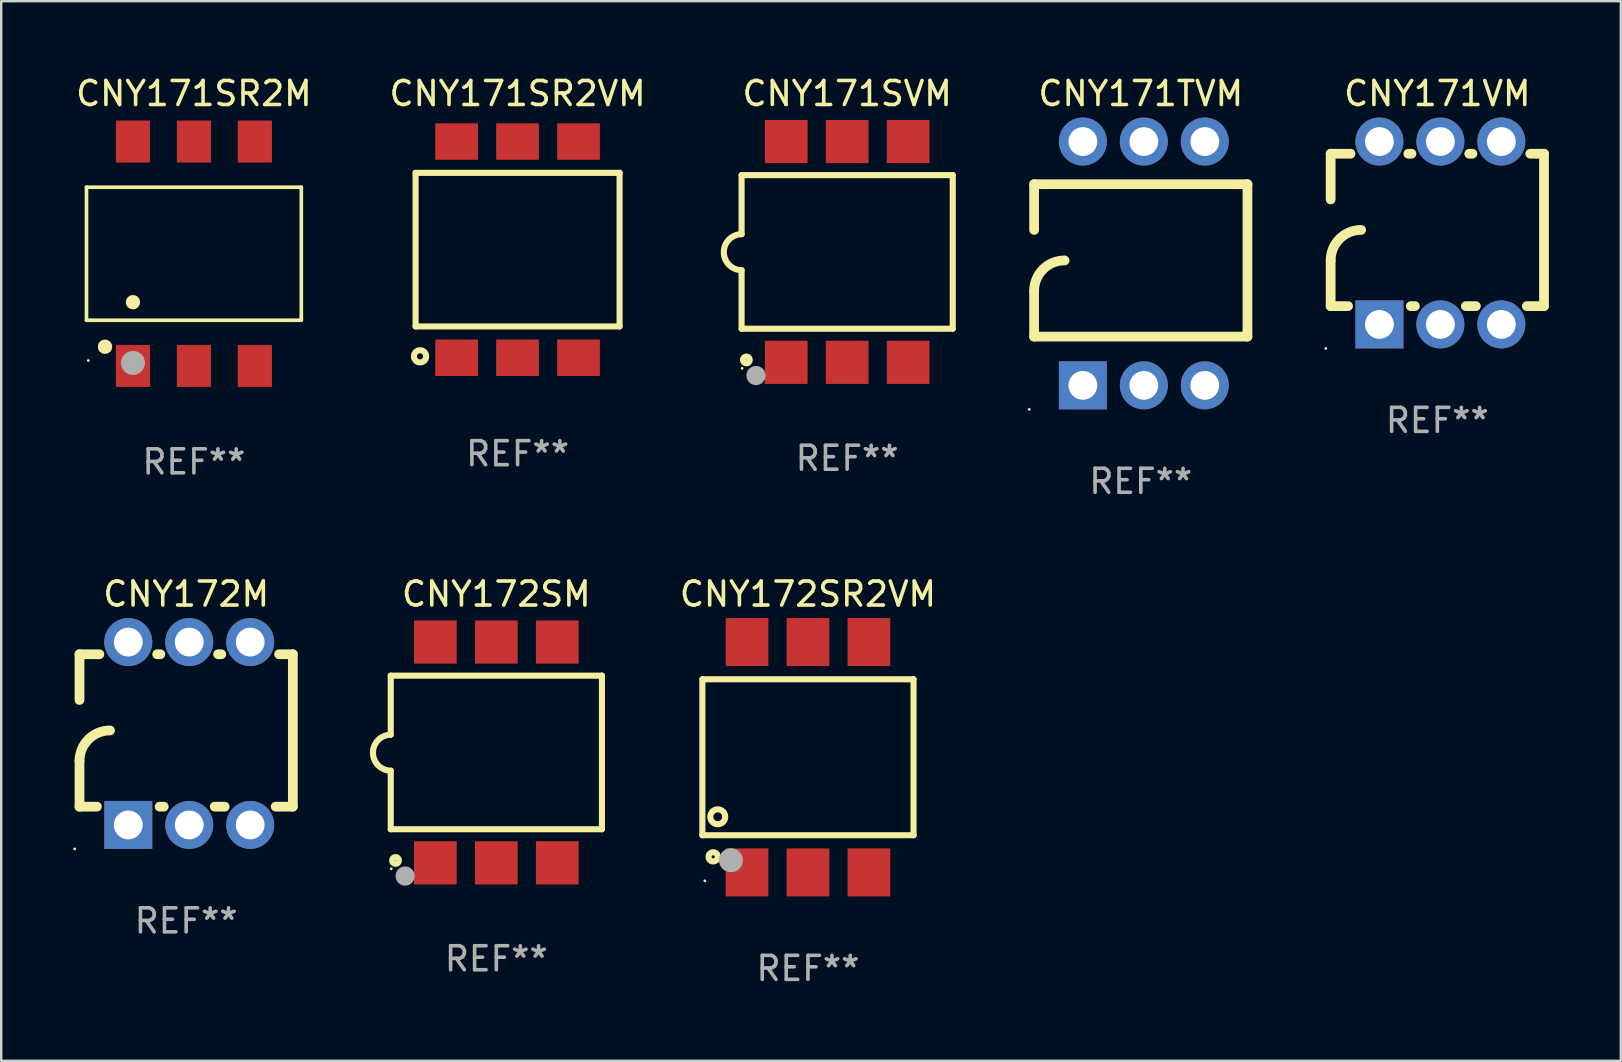
<source format=kicad_pcb>
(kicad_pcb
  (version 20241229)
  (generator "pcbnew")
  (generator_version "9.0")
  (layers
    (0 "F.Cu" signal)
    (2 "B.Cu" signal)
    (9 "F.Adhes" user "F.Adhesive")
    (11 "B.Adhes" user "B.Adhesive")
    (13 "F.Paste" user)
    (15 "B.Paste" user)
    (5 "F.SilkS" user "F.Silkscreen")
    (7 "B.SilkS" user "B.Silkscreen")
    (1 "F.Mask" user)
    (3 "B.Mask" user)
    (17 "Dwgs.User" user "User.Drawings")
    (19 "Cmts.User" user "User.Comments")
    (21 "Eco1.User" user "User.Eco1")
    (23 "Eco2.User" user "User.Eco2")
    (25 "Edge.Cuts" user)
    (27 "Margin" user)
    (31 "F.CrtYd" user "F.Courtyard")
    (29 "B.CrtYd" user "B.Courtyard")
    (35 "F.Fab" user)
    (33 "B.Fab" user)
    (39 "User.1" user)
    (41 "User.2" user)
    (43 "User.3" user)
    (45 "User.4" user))
  (footprint "CNY171SR2VM"
    (layer "F.Cu")
    (at 18.518 7.353)
    (property "Reference" "CNY171SR2VM" (at 0 -6.505 0) (layer "F.SilkS") (effects (font (size 1 1) (thickness 0.15))))
    (attr through_hole)
    (fp_line (start -4.25 3.2) (end -4.25 -3.2) (stroke (width 0.254) (type solid)) (layer "F.SilkS"))
    (fp_line (start -4.25 -3.2) (end 4.25 -3.2) (stroke (width 0.254) (type solid)) (layer "F.SilkS"))
    (fp_line (start 4.25 3.2) (end -4.25 3.2) (stroke (width 0.254) (type solid)) (layer "F.SilkS"))
    (fp_line (start 4.25 3.2) (end 4.25 -3.2) (stroke (width 0.254) (type solid)) (layer "F.SilkS"))
    (fp_circle (center -4.064 4.445) (end -3.81 4.445) (stroke (width 0.254) (type solid)) (fill no) (layer "F.SilkS"))
    (fp_text user "REF**" (at 0 8.505 0) (layer "F.Fab") (effects (font (size 1 1) (thickness 0.15))))
    (pad "1" smd rect (at -2.54 4.505) (size 1.78 1.52) (layers "F.Cu" "F.Mask" "F.Paste"))
    (pad "2" smd rect (at 0 4.505) (size 1.78 1.52) (layers "F.Cu" "F.Mask" "F.Paste"))
    (pad "3" smd rect (at 2.54 4.505) (size 1.78 1.52) (layers "F.Cu" "F.Mask" "F.Paste"))
    (pad "4" smd rect (at 2.54 -4.505) (size 1.78 1.52) (layers "F.Cu" "F.Mask" "F.Paste"))
    (pad "5" smd rect (at 0 -4.505) (size 1.78 1.52) (layers "F.Cu" "F.Mask" "F.Paste"))
    (pad "6" smd rect (at -2.54 -4.505) (size 1.78 1.52) (layers "F.Cu" "F.Mask" "F.Paste")))
  (footprint "CNY171SVM"
    (layer "F.Cu")
    (at 32.252 7.448)
    (property "Reference" "CNY171SVM" (at 0 -6.6 0) (layer "F.SilkS") (effects (font (size 1 1) (thickness 0.15))))
    (attr through_hole)
    (fp_line (start -4.4 -3.2) (end 4.4 -3.2) (stroke (width 0.254) (type solid)) (layer "F.SilkS"))
    (fp_line (start -4.4 -0.74) (end -4.4 -3.2) (stroke (width 0.254) (type solid)) (layer "F.SilkS"))
    (fp_line (start -4.4 3.2) (end -4.4 0.76) (stroke (width 0.254) (type solid)) (layer "F.SilkS"))
    (fp_line (start 4.4 -3.2) (end 4.4 3.2) (stroke (width 0.254) (type solid)) (layer "F.SilkS"))
    (fp_line (start 4.4 3.2) (end -4.4 3.2) (stroke (width 0.254) (type solid)) (layer "F.SilkS"))
    (fp_arc (start -4.4 0.76002) (mid -5.148869 0.010084) (end -4.399289 -0.73914) (stroke (width 0.254001) (type solid)) (layer "F.SilkS"))
    (fp_circle (center -4.377 4.85) (end -4.347 4.85) (stroke (width 0.06) (type solid)) (fill no) (layer "F.SilkS"))
    (fp_circle (center -4.2 4.5) (end -4.058 4.5) (stroke (width 0.254) (type solid)) (fill no) (layer "F.SilkS"))
    (fp_circle (center -3.8 5.15) (end -3.6 5.15) (stroke (width 0.4) (type solid)) (fill no) (layer "F.Fab"))
    (fp_text user "REF**" (at 0 8.6 0) (layer "F.Fab") (effects (font (size 1 1) (thickness 0.15))))
    (pad "1" smd rect (at -2.54 4.6) (size 1.78 1.8) (layers "F.Cu" "F.Mask" "F.Paste"))
    (pad "2" smd rect (at 0 4.6) (size 1.78 1.8) (layers "F.Cu" "F.Mask" "F.Paste"))
    (pad "3" smd rect (at 2.54 4.6) (size 1.78 1.8) (layers "F.Cu" "F.Mask" "F.Paste"))
    (pad "4" smd rect (at 2.54 -4.6) (size 1.78 1.8) (layers "F.Cu" "F.Mask" "F.Paste"))
    (pad "5" smd rect (at 0 -4.6) (size 1.78 1.8) (layers "F.Cu" "F.Mask" "F.Paste"))
    (pad "6" smd rect (at -2.54 -4.6) (size 1.78 1.8) (layers "F.Cu" "F.Mask" "F.Paste")))
  (footprint "CNY171TVM"
    (layer "F.Cu")
    (at 44.487 7.928)
    (property "Reference" "CNY171TVM" (at 0 -7.08 0) (layer "F.SilkS") (effects (font (size 1 1) (thickness 0.15))))
    (attr through_hole)
    (fp_line (start -4.445 -3.302) (end 4.445 -3.302) (stroke (width 0.406) (type solid)) (layer "F.SilkS"))
    (fp_line (start -4.445 -1.397) (end -4.445 -3.302) (stroke (width 0.406) (type solid)) (layer "F.SilkS"))
    (fp_line (start -4.445 3.048) (end -4.445 1.143) (stroke (width 0.406) (type solid)) (layer "F.SilkS"))
    (fp_line (start -4.445 3.048) (end 4.445 3.048) (stroke (width 0.406) (type solid)) (layer "F.SilkS"))
    (fp_line (start 4.445 -3.302) (end 4.445 3.048) (stroke (width 0.406) (type solid)) (layer "F.SilkS"))
    (fp_arc (start -4.444983 1.143002) (mid -4.073008 0.244974) (end -3.17498 -0.127) (stroke (width 0.4064) (type solid)) (layer "F.SilkS"))
    (fp_circle (center -4.648 6.08) (end -4.618 6.08) (stroke (width 0.06) (type solid)) (fill no) (layer "F.SilkS"))
    (fp_text user "REF**" (at 0 9.08 0) (layer "F.Fab") (effects (font (size 1 1) (thickness 0.15))))
    (pad "1" thru_hole rect (at -2.413 5.08 90) (size 2 2) (drill 1.2) (layers "*.Cu" "*.Mask"))
    (pad "2" thru_hole circle (at 0.127 5.08) (size 2 2) (drill 1.2) (layers "*.Cu" "*.Mask"))
    (pad "3" thru_hole circle (at 2.667 5.08) (size 2 2) (drill 1.2) (layers "*.Cu" "*.Mask"))
    (pad "4" thru_hole circle (at 2.667 -5.08) (size 2 2) (drill 1.2) (layers "*.Cu" "*.Mask"))
    (pad "5" thru_hole circle (at 0.127 -5.08) (size 2 2) (drill 1.2) (layers "*.Cu" "*.Mask"))
    (pad "6" thru_hole circle (at -2.413 -5.08) (size 2 2) (drill 1.2) (layers "*.Cu" "*.Mask")))
  (footprint "CNY171VM"
    (layer "F.Cu")
    (at 56.844 6.658)
    (property "Reference" "CNY171VM" (at 0 -5.81 0) (layer "F.SilkS") (effects (font (size 1 1) (thickness 0.15))))
    (attr through_hole)
    (fp_line (start -4.445 -1.397) (end -4.445 -3.302) (stroke (width 0.406) (type solid)) (layer "F.SilkS"))
    (fp_line (start -4.445 3.048) (end -4.445 1.143) (stroke (width 0.406) (type solid)) (layer "F.SilkS"))
    (fp_line (start -4.445 3.048) (end -3.72 3.048) (stroke (width 0.406) (type solid)) (layer "F.SilkS"))
    (fp_line (start -3.617 -3.302) (end -4.445 -3.302) (stroke (width 0.406) (type solid)) (layer "F.SilkS"))
    (fp_line (start -1.106 3.048) (end -0.935 3.048) (stroke (width 0.406) (type solid)) (layer "F.SilkS"))
    (fp_line (start -1.077 -3.302) (end -1.209 -3.302) (stroke (width 0.406) (type solid)) (layer "F.SilkS"))
    (fp_line (start 1.189 3.048) (end 1.605 3.048) (stroke (width 0.406) (type solid)) (layer "F.SilkS"))
    (fp_line (start 1.463 -3.302) (end 1.331 -3.302) (stroke (width 0.406) (type solid)) (layer "F.SilkS"))
    (fp_line (start 3.729 3.048) (end 4.445 3.048) (stroke (width 0.406) (type solid)) (layer "F.SilkS"))
    (fp_line (start 4.445 -3.302) (end 3.871 -3.302) (stroke (width 0.406) (type solid)) (layer "F.SilkS"))
    (fp_line (start 4.445 -3.302) (end 4.445 3.048) (stroke (width 0.406) (type solid)) (layer "F.SilkS"))
    (fp_arc (start -4.444983 1.143002) (mid -4.073008 0.244974) (end -3.17498 -0.127) (stroke (width 0.4064) (type solid)) (layer "F.SilkS"))
    (fp_circle (center -4.648 4.81) (end -4.618 4.81) (stroke (width 0.06) (type solid)) (fill no) (layer "F.SilkS"))
    (fp_text user "REF**" (at 0 7.81 0) (layer "F.Fab") (effects (font (size 1 1) (thickness 0.15))))
    (pad "1" thru_hole rect (at -2.413 3.81 90) (size 2 2) (drill 1.2) (layers "*.Cu" "*.Mask"))
    (pad "2" thru_hole circle (at 0.127 3.81) (size 2 2) (drill 1.2) (layers "*.Cu" "*.Mask"))
    (pad "3" thru_hole circle (at 2.667 3.81) (size 2 2) (drill 1.2) (layers "*.Cu" "*.Mask"))
    (pad "4" thru_hole circle (at 2.667 -3.81) (size 2 2) (drill 1.2) (layers "*.Cu" "*.Mask"))
    (pad "5" thru_hole circle (at 0.127 -3.81) (size 2 2) (drill 1.2) (layers "*.Cu" "*.Mask"))
    (pad "6" thru_hole circle (at -2.413 -3.81) (size 2 2) (drill 1.2) (layers "*.Cu" "*.Mask")))
  (footprint "CNY172M"
    (layer "F.Cu")
    (at 4.708 27.515)
    (property "Reference" "CNY172M" (at 0 -5.81 0) (layer "F.SilkS") (effects (font (size 1 1) (thickness 0.15))))
    (attr through_hole)
    (fp_line (start -4.445 -1.397) (end -4.445 -3.302) (stroke (width 0.406) (type solid)) (layer "F.SilkS"))
    (fp_line (start -4.445 3.048) (end -4.445 1.143) (stroke (width 0.406) (type solid)) (layer "F.SilkS"))
    (fp_line (start -4.445 3.048) (end -3.72 3.048) (stroke (width 0.406) (type solid)) (layer "F.SilkS"))
    (fp_line (start -3.617 -3.302) (end -4.445 -3.302) (stroke (width 0.406) (type solid)) (layer "F.SilkS"))
    (fp_line (start -1.106 3.048) (end -0.935 3.048) (stroke (width 0.406) (type solid)) (layer "F.SilkS"))
    (fp_line (start -1.077 -3.302) (end -1.209 -3.302) (stroke (width 0.406) (type solid)) (layer "F.SilkS"))
    (fp_line (start 1.189 3.048) (end 1.605 3.048) (stroke (width 0.406) (type solid)) (layer "F.SilkS"))
    (fp_line (start 1.463 -3.302) (end 1.331 -3.302) (stroke (width 0.406) (type solid)) (layer "F.SilkS"))
    (fp_line (start 3.729 3.048) (end 4.445 3.048) (stroke (width 0.406) (type solid)) (layer "F.SilkS"))
    (fp_line (start 4.445 -3.302) (end 3.871 -3.302) (stroke (width 0.406) (type solid)) (layer "F.SilkS"))
    (fp_line (start 4.445 -3.302) (end 4.445 3.048) (stroke (width 0.406) (type solid)) (layer "F.SilkS"))
    (fp_arc (start -4.444983 1.143002) (mid -4.073008 0.244974) (end -3.17498 -0.127) (stroke (width 0.4064) (type solid)) (layer "F.SilkS"))
    (fp_circle (center -4.648 4.81) (end -4.618 4.81) (stroke (width 0.06) (type solid)) (fill no) (layer "F.SilkS"))
    (fp_text user "REF**" (at 0 7.81 0) (layer "F.Fab") (effects (font (size 1 1) (thickness 0.15))))
    (pad "1" thru_hole rect (at -2.413 3.81 90) (size 2 2) (drill 1.2) (layers "*.Cu" "*.Mask"))
    (pad "2" thru_hole circle (at 0.127 3.81) (size 2 2) (drill 1.2) (layers "*.Cu" "*.Mask"))
    (pad "3" thru_hole circle (at 2.667 3.81) (size 2 2) (drill 1.2) (layers "*.Cu" "*.Mask"))
    (pad "4" thru_hole circle (at 2.667 -3.81) (size 2 2) (drill 1.2) (layers "*.Cu" "*.Mask"))
    (pad "5" thru_hole circle (at 0.127 -3.81) (size 2 2) (drill 1.2) (layers "*.Cu" "*.Mask"))
    (pad "6" thru_hole circle (at -2.413 -3.81) (size 2 2) (drill 1.2) (layers "*.Cu" "*.Mask")))
  (footprint "CNY172SR2VM"
    (layer "F.Cu")
    (at 30.618 28.505)
    (property "Reference" "CNY172SR2VM" (at 0 -6.8 0) (layer "F.SilkS") (effects (font (size 1 1) (thickness 0.15))))
    (attr through_hole)
    (fp_line (start -4.4 -3.25) (end -4.4 3.25) (stroke (width 0.254) (type solid)) (layer "F.SilkS"))
    (fp_line (start -4.4 -3.25) (end 4.4 -3.25) (stroke (width 0.254) (type solid)) (layer "F.SilkS"))
    (fp_line (start 4.4 3.25) (end -4.4 3.25) (stroke (width 0.254) (type solid)) (layer "F.SilkS"))
    (fp_line (start 4.4 3.25) (end 4.4 -3.25) (stroke (width 0.254) (type solid)) (layer "F.SilkS"))
    (fp_circle (center -4.299 5.15) (end -4.269 5.15) (stroke (width 0.06) (type solid)) (fill no) (layer "F.SilkS"))
    (fp_circle (center -3.949 4.15) (end -3.757 4.15) (stroke (width 0.254) (type solid)) (fill no) (layer "F.SilkS"))
    (fp_circle (center -3.759 2.48) (end -3.448 2.48) (stroke (width 0.254) (type solid)) (fill no) (layer "F.SilkS"))
    (fp_circle (center -3.209 4.29) (end -2.959 4.29) (stroke (width 0.5) (type solid)) (fill no) (layer "F.Fab"))
    (fp_text user "REF**" (at 0 8.8 0) (layer "F.Fab") (effects (font (size 1 1) (thickness 0.15))))
    (pad "1" smd rect (at -2.539 4.8) (size 1.78 2) (layers "F.Cu" "F.Mask" "F.Paste"))
    (pad "2" smd rect (at 0.001 4.8) (size 1.78 2) (layers "F.Cu" "F.Mask" "F.Paste"))
    (pad "3" smd rect (at 2.541 4.8) (size 1.78 2) (layers "F.Cu" "F.Mask" "F.Paste"))
    (pad "4" smd rect (at 2.541 -4.8) (size 1.78 2) (layers "F.Cu" "F.Mask" "F.Paste"))
    (pad "5" smd rect (at 0.001 -4.8) (size 1.78 2) (layers "F.Cu" "F.Mask" "F.Paste"))
    (pad "6" smd rect (at -2.539 -4.8) (size 1.78 2) (layers "F.Cu" "F.Mask" "F.Paste")))
  (footprint "CNY172SM"
    (layer "F.Cu")
    (at 17.632 28.305)
    (property "Reference" "CNY172SM" (at 0 -6.6 0) (layer "F.SilkS") (effects (font (size 1 1) (thickness 0.15))))
    (attr through_hole)
    (fp_line (start -4.4 -3.2) (end 4.4 -3.2) (stroke (width 0.254) (type solid)) (layer "F.SilkS"))
    (fp_line (start -4.4 -0.74) (end -4.4 -3.2) (stroke (width 0.254) (type solid)) (layer "F.SilkS"))
    (fp_line (start -4.4 3.2) (end -4.4 0.76) (stroke (width 0.254) (type solid)) (layer "F.SilkS"))
    (fp_line (start 4.4 -3.2) (end 4.4 3.2) (stroke (width 0.254) (type solid)) (layer "F.SilkS"))
    (fp_line (start 4.4 3.2) (end -4.4 3.2) (stroke (width 0.254) (type solid)) (layer "F.SilkS"))
    (fp_arc (start -4.4 0.76002) (mid -5.148869 0.010084) (end -4.399289 -0.73914) (stroke (width 0.254001) (type solid)) (layer "F.SilkS"))
    (fp_circle (center -4.377 4.85) (end -4.347 4.85) (stroke (width 0.06) (type solid)) (fill no) (layer "F.SilkS"))
    (fp_circle (center -4.2 4.5) (end -4.058 4.5) (stroke (width 0.254) (type solid)) (fill no) (layer "F.SilkS"))
    (fp_circle (center -3.8 5.15) (end -3.6 5.15) (stroke (width 0.4) (type solid)) (fill no) (layer "F.Fab"))
    (fp_text user "REF**" (at 0 8.6 0) (layer "F.Fab") (effects (font (size 1 1) (thickness 0.15))))
    (pad "1" smd rect (at -2.54 4.6) (size 1.78 1.8) (layers "F.Cu" "F.Mask" "F.Paste"))
    (pad "2" smd rect (at 0 4.6) (size 1.78 1.8) (layers "F.Cu" "F.Mask" "F.Paste"))
    (pad "3" smd rect (at 2.54 4.6) (size 1.78 1.8) (layers "F.Cu" "F.Mask" "F.Paste"))
    (pad "4" smd rect (at 2.54 -4.6) (size 1.78 1.8) (layers "F.Cu" "F.Mask" "F.Paste"))
    (pad "5" smd rect (at 0 -4.6) (size 1.78 1.8) (layers "F.Cu" "F.Mask" "F.Paste"))
    (pad "6" smd rect (at -2.54 -4.6) (size 1.78 1.8) (layers "F.Cu" "F.Mask" "F.Paste")))
  (footprint "CNY171SR2M"
    (layer "F.Cu")
    (at 5.03 7.523)
    (property "Reference" "CNY171SR2M" (at 0 -6.675 0) (layer "F.SilkS") (effects (font (size 1 1) (thickness 0.15))))
    (attr through_hole)
    (fp_line (start -4.476 -2.771) (end 4.476 -2.771) (stroke (width 0.152) (type solid)) (layer "F.SilkS"))
    (fp_line (start -4.476 2.771) (end -4.476 -2.771) (stroke (width 0.152) (type solid)) (layer "F.SilkS"))
    (fp_line (start 4.476 -2.771) (end 4.476 2.771) (stroke (width 0.152) (type solid)) (layer "F.SilkS"))
    (fp_line (start 4.476 2.771) (end -4.476 2.771) (stroke (width 0.152) (type solid)) (layer "F.SilkS"))
    (fp_circle (center -4.4 4.45) (end -4.37 4.45) (stroke (width 0.06) (type solid)) (fill no) (layer "F.SilkS"))
    (fp_circle (center -3.704 3.875) (end -3.553 3.875) (stroke (width 0.3) (type solid)) (fill no) (layer "F.SilkS"))
    (fp_circle (center -2.54 2.019) (end -2.39 2.019) (stroke (width 0.3) (type solid)) (fill no) (layer "F.SilkS"))
    (fp_circle (center -2.54 4.55) (end -2.29 4.55) (stroke (width 0.5) (type solid)) (fill no) (layer "F.Fab"))
    (fp_text user "REF**" (at 0 8.675 0) (layer "F.Fab") (effects (font (size 1 1) (thickness 0.15))))
    (pad "1" smd rect (at -2.54 4.675) (size 1.422 1.75) (layers "F.Cu" "F.Mask" "F.Paste"))
    (pad "2" smd rect (at 0 4.675) (size 1.422 1.75) (layers "F.Cu" "F.Mask" "F.Paste"))
    (pad "3" smd rect (at 2.54 4.675) (size 1.422 1.75) (layers "F.Cu" "F.Mask" "F.Paste"))
    (pad "4" smd rect (at 2.54 -4.675) (size 1.422 1.75) (layers "F.Cu" "F.Mask" "F.Paste"))
    (pad "5" smd rect (at 0 -4.675) (size 1.422 1.75) (layers "F.Cu" "F.Mask" "F.Paste"))
    (pad "6" smd rect (at -2.54 -4.675) (size 1.422 1.75) (layers "F.Cu" "F.Mask" "F.Paste")))
  (gr_rect
    (start -3 -3)
    (end 64.492 41.153)
    (stroke (width 0.1) (type default))
    (fill no)
    (layer "Edge.Cuts")))
</source>
